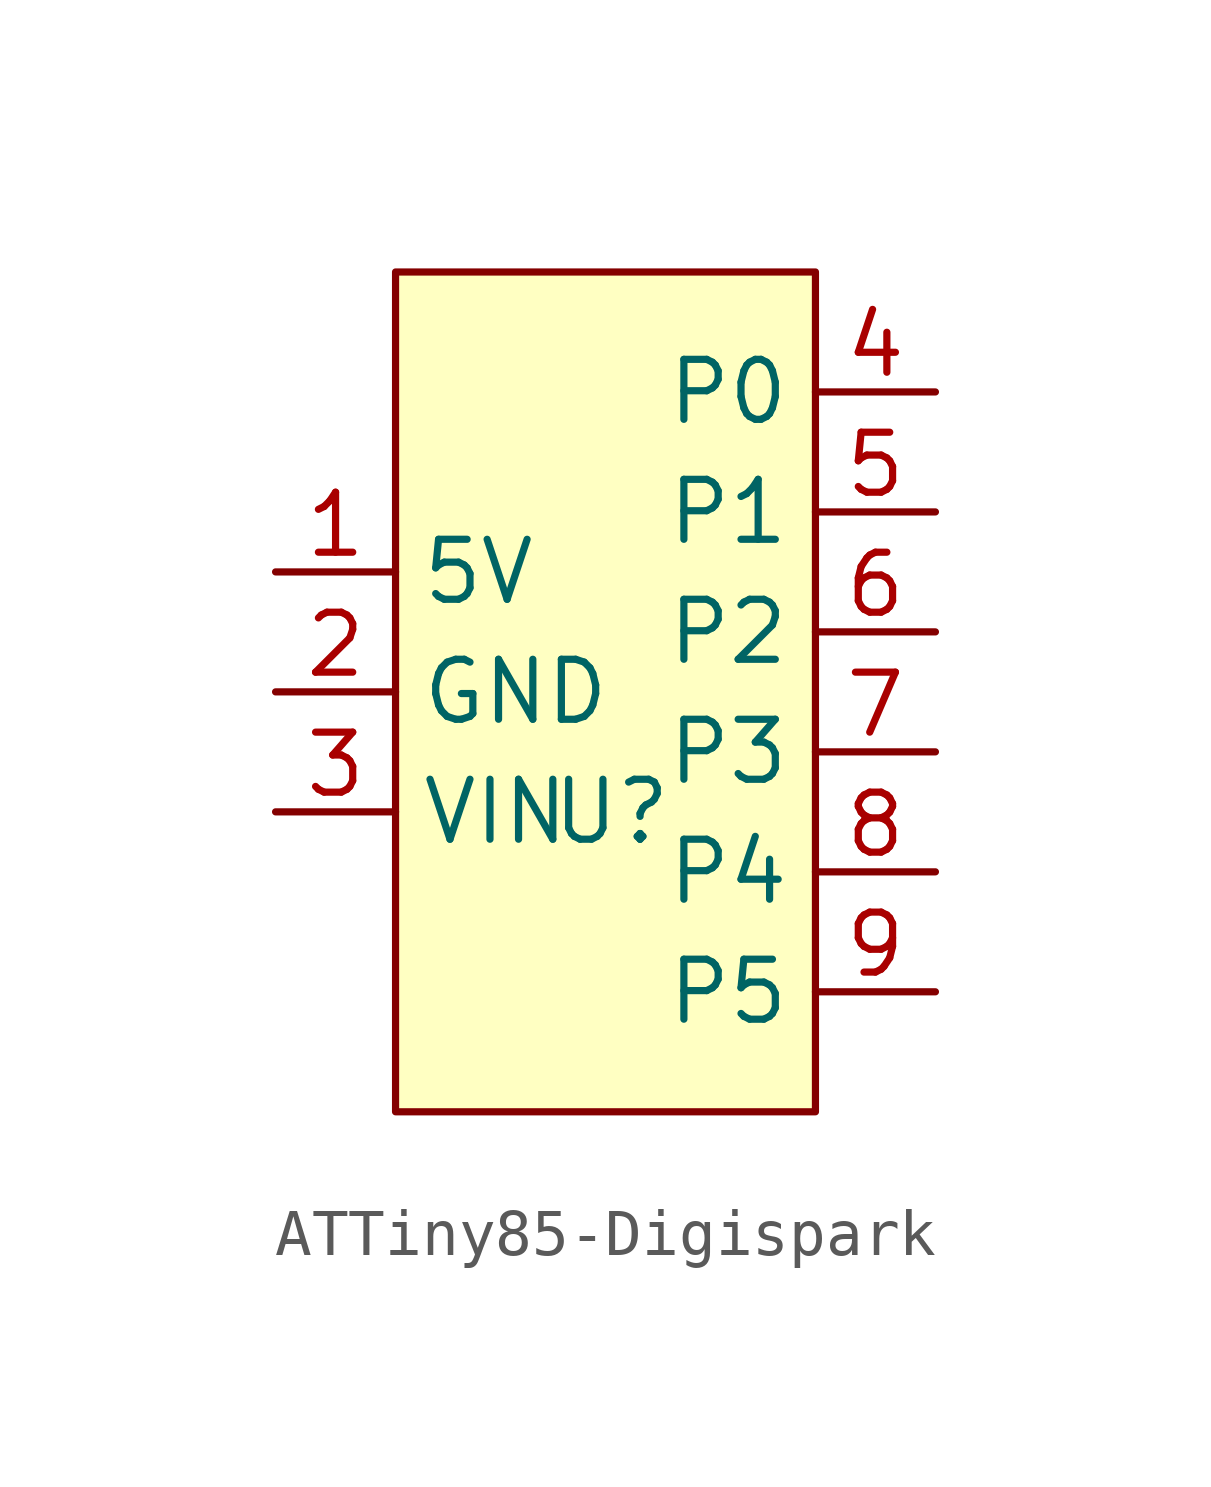
<source format=kicad_sym>
(kicad_symbol_lib
  (version 20231120)
  (generator "kicad_symbol_editor")
  (generator_version "8.0")
  (symbol "ATTiny85-Digispark"
    (property "Reference" "U"
      (at 4.572 1.27 0)
      (effects (font (size 1.27 1.27))))
    (property "Value" ""
      (at 0 0 0)
      (effects (font (size 1.27 1.27))))
    (symbol "ATTiny85-Digispark_1_1"
      (rectangle (start 0 12.7) (end 8.89 -5.08) (stroke (width 0) (type default)) (fill (type background)))
      (pin power_out line (at -2.54 6.35 0) (length 2.54) (name "5V" (effects (font (size 1.27 1.27)))) (number "1" (effects (font (size 1.27 1.27)))))
      (pin power_out line (at -2.54 3.81 0) (length 2.54) (name "GND" (effects (font (size 1.27 1.27)))) (number "2" (effects (font (size 1.27 1.27)))))
      (pin power_in line (at -2.54 1.27 0) (length 2.54) (name "VIN" (effects (font (size 1.27 1.27)))) (number "3" (effects (font (size 1.27 1.27)))))
      (pin bidirectional line (at 11.43 10.16 180) (length 2.54) (name "P0" (effects (font (size 1.27 1.27)))) (number "4" (effects (font (size 1.27 1.27)))))
      (pin bidirectional line (at 11.43 7.62 180) (length 2.54) (name "P1" (effects (font (size 1.27 1.27)))) (number "5" (effects (font (size 1.27 1.27)))))
      (pin bidirectional line (at 11.43 5.08 180) (length 2.54) (name "P2" (effects (font (size 1.27 1.27)))) (number "6" (effects (font (size 1.27 1.27)))))
      (pin bidirectional line (at 11.43 2.54 180) (length 2.54) (name "P3" (effects (font (size 1.27 1.27)))) (number "7" (effects (font (size 1.27 1.27)))))
      (pin bidirectional line (at 11.43 0 180) (length 2.54) (name "P4" (effects (font (size 1.27 1.27)))) (number "8" (effects (font (size 1.27 1.27)))))
      (pin bidirectional line (at 11.43 -2.54 180) (length 2.54) (name "P5" (effects (font (size 1.27 1.27)))) (number "9" (effects (font (size 1.27 1.27))))))))
</source>
